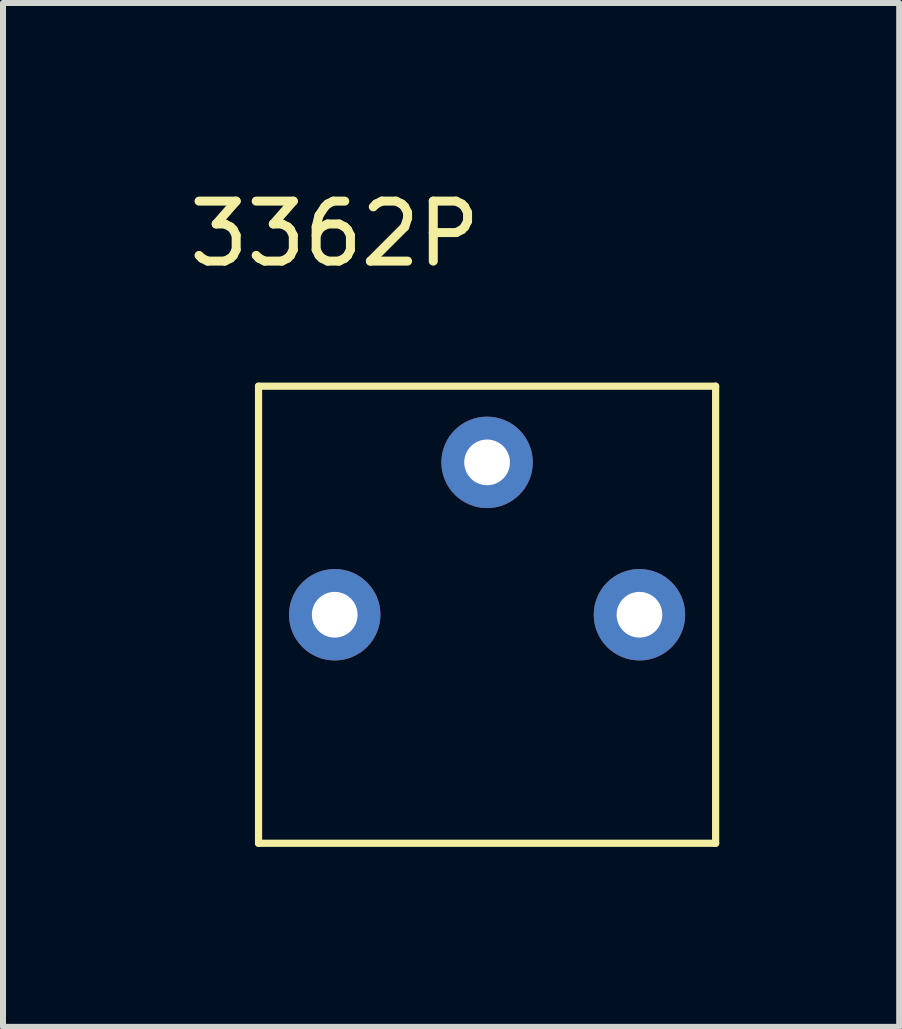
<source format=kicad_pcb>
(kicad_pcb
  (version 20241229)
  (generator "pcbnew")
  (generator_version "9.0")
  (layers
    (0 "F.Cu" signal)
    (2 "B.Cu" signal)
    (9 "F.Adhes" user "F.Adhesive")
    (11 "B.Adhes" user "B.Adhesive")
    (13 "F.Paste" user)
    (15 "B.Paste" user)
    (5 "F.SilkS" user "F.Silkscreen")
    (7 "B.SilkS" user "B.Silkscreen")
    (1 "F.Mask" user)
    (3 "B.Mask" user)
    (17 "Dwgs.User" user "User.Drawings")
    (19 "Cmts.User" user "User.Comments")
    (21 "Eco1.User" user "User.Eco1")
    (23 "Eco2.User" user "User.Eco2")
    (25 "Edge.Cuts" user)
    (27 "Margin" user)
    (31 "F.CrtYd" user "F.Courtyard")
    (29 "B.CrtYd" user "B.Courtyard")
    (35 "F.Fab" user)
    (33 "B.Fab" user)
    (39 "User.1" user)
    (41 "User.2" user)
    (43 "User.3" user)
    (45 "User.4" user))
  (footprint "3362P"
    (layer "F.Cu")
    (at 5.07 7.198)
    (property "Reference" "3362P" (at -2.54 -6.35 0) (layer "F.SilkS") (effects (font (size 1 1) (thickness 0.15))))
    (attr through_hole)
    (fp_line (start -3.81 -3.81) (end 3.81 -3.81) (stroke (width 0.12) (type solid)) (layer "F.SilkS"))
    (fp_line (start -3.81 3.81) (end -3.81 -3.81) (stroke (width 0.12) (type solid)) (layer "F.SilkS"))
    (fp_line (start 3.81 -3.81) (end 3.81 3.81) (stroke (width 0.12) (type solid)) (layer "F.SilkS"))
    (fp_line (start 3.81 3.81) (end -3.81 3.81) (stroke (width 0.12) (type solid)) (layer "F.SilkS"))
    (pad "1" thru_hole circle (at -2.54 0) (size 1.524 1.524) (drill 0.762) (layers "*.Cu" "*.Mask"))
    (pad "2" thru_hole circle (at 0 -2.54) (size 1.524 1.524) (drill 0.762) (layers "*.Cu" "*.Mask"))
    (pad "3" thru_hole circle (at 2.54 0) (size 1.524 1.524) (drill 0.762) (layers "*.Cu" "*.Mask")))
  (gr_rect
    (start -3 -3)
    (end 11.94 14.068)
    (stroke (width 0.1) (type default))
    (fill no)
    (layer "Edge.Cuts")))
</source>
